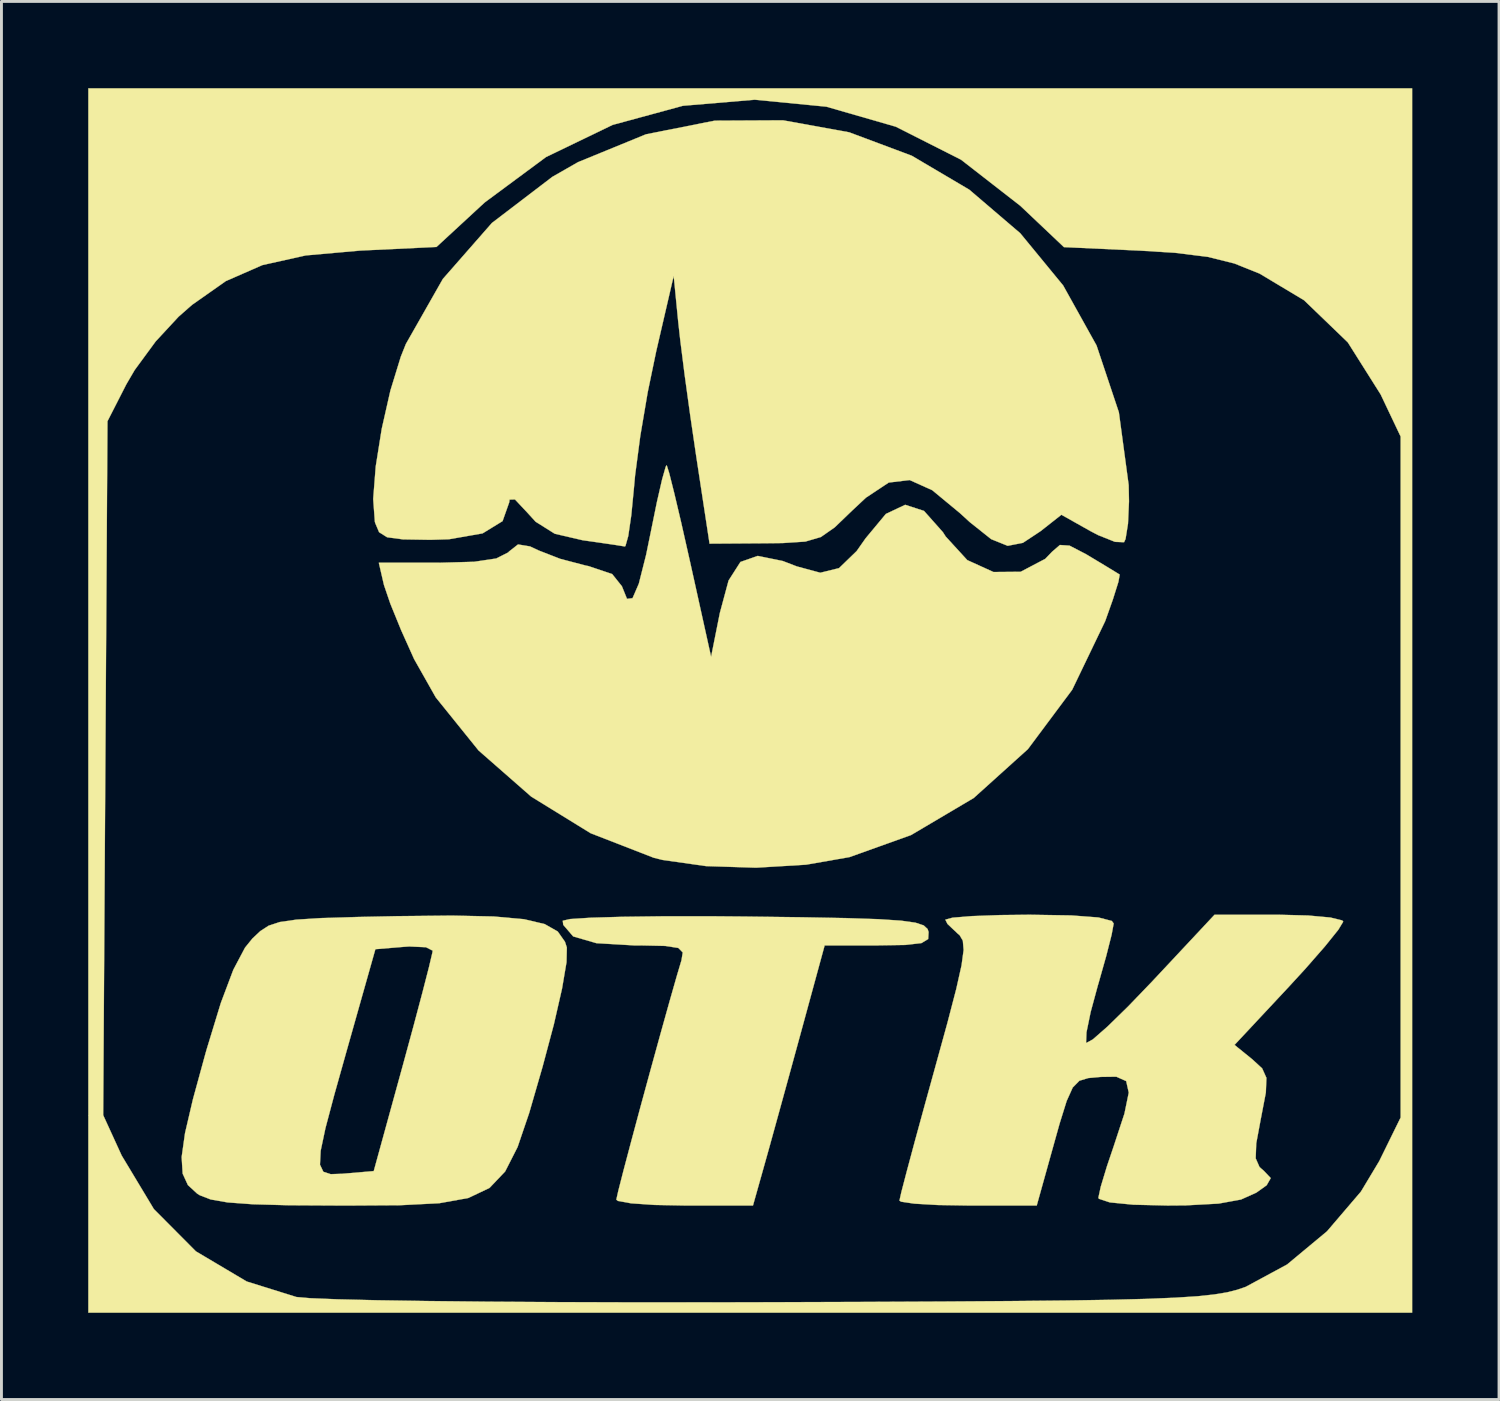
<source format=kicad_pcb>
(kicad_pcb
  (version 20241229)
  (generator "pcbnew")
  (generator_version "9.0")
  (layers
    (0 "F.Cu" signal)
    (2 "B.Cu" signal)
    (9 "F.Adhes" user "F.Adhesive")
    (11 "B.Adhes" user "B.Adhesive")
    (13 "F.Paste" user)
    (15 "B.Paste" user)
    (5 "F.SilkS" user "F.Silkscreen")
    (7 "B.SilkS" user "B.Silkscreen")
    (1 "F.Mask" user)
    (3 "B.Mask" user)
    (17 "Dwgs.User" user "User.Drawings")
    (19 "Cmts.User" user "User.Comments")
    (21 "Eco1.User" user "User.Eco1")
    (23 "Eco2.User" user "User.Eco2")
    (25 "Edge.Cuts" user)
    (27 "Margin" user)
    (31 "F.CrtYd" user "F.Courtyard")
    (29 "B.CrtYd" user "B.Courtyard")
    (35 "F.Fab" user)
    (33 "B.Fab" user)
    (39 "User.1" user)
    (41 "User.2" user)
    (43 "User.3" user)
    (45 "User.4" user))
  (footprint "Logo"
    (layer "F.Cu")
    (at 22.759 21.172)
    (property "Reference" "Logo" (at 0 0 0) (layer "F.SilkS") (effects (font (size 1.524 1.524) (thickness 0.3))))
    (attr through_hole)
    (fp_poly (pts (xy -0.07 7.47) (xy 1.921 7.495) (xy 3.445 7.524) (xy 4.565 7.561) (xy 5.344 7.612) (xy 5.845 7.682) (xy 6.131 7.777) (xy 6.265 7.901) (xy 6.3 8.004) (xy 6.285 8.248) (xy 6.052 8.388) (xy 5.498 8.452) (xy 4.547 8.467) (xy 2.706 8.467) (xy 1.858 11.576) (xy 1.483 12.945) (xy 1.117 14.275) (xy 0.806 15.402) (xy 0.618 16.073) (xy 0.227 17.462) (xy -2.135 17.462) (xy -3.18 17.442) (xy -3.988 17.386) (xy -4.441 17.304) (xy -4.498 17.26) (xy -4.431 16.96) (xy -4.251 16.256) (xy -3.986 15.255) (xy -3.666 14.063) (xy -3.318 12.786) (xy -2.972 11.53) (xy -2.657 10.403) (xy -2.402 9.509) (xy -2.245 8.982) (xy -2.201 8.711) (xy -2.354 8.556) (xy -2.808 8.486) (xy -3.666 8.467) (xy -3.898 8.467) (xy -5.186 8.391) (xy -5.99 8.157) (xy -6.333 7.757) (xy -6.35 7.615) (xy -6.098 7.557) (xy -5.389 7.511) (xy -4.296 7.479) (xy -2.893 7.461) (xy -1.251 7.46) (xy -0.07 7.47)) (stroke (width 0.01) (type solid)) (fill yes) (layer "F.SilkS"))
    (fp_poly (pts (xy -8.74 7.468) (xy -7.691 7.562) (xy -6.974 7.731) (xy -6.523 7.988) (xy -6.273 8.343) (xy -6.209 8.541) (xy -6.22 9.047) (xy -6.375 9.962) (xy -6.656 11.192) (xy -7.043 12.644) (xy -7.061 12.708) (xy -7.512 14.266) (xy -7.912 15.44) (xy -8.342 16.285) (xy -8.883 16.854) (xy -9.616 17.202) (xy -10.621 17.383) (xy -11.98 17.452) (xy -13.772 17.463) (xy -14.135 17.462) (xy -15.824 17.453) (xy -17.065 17.419) (xy -17.938 17.355) (xy -18.524 17.253) (xy -18.903 17.106) (xy -18.991 17.051) (xy -19.312 16.755) (xy -19.493 16.36) (xy -19.512 16.049) (xy -14.745 16.049) (xy -14.628 16.296) (xy -14.373 16.378) (xy -13.979 16.365) (xy -13.852 16.354) (xy -12.886 16.272) (xy -11.867 12.568) (xy -11.505 11.237) (xy -11.2 10.089) (xy -10.976 9.218) (xy -10.859 8.721) (xy -10.848 8.649) (xy -11.08 8.531) (xy -11.656 8.505) (xy -11.838 8.517) (xy -12.829 8.599) (xy -13.802 12.039) (xy -14.25 13.633) (xy -14.556 14.787) (xy -14.721 15.569) (xy -14.745 16.049) (xy -19.512 16.049) (xy -19.528 15.787) (xy -19.411 14.957) (xy -19.138 13.789) (xy -18.704 12.205) (xy -18.664 12.064) (xy -18.174 10.46) (xy -17.741 9.31) (xy -17.337 8.546) (xy -17.08 8.228) (xy -16.807 7.972) (xy -16.522 7.787) (xy -16.136 7.66) (xy -15.56 7.577) (xy -14.706 7.523) (xy -13.487 7.486) (xy -12.095 7.457) (xy -10.186 7.437) (xy -8.74 7.468)) (stroke (width 0.01) (type solid)) (fill yes) (layer "F.SilkS"))
    (fp_poly (pts (xy 23.019 21.167) (xy -22.754 21.167) (xy -22.754 14.338) (xy -22.241 14.338) (xy -21.602 15.734) (xy -20.488 17.586) (xy -19.035 19.047) (xy -17.279 20.089) (xy -15.559 20.626) (xy -15.088 20.667) (xy -14.139 20.705) (xy -12.764 20.738) (xy -11.014 20.765) (xy -8.942 20.787) (xy -6.597 20.802) (xy -4.032 20.81) (xy -1.299 20.811) (xy 0.794 20.806) (xy 4.038 20.795) (xy 6.798 20.782) (xy 9.115 20.766) (xy 11.033 20.747) (xy 12.597 20.722) (xy 13.849 20.69) (xy 14.834 20.649) (xy 15.595 20.6) (xy 16.174 20.538) (xy 16.617 20.465) (xy 16.966 20.377) (xy 17.263 20.276) (xy 18.695 19.502) (xy 20.076 18.354) (xy 21.25 16.98) (xy 21.881 15.929) (xy 22.622 14.42) (xy 22.622 -9.128) (xy 21.931 -10.583) (xy 20.795 -12.384) (xy 19.283 -13.84) (xy 17.742 -14.763) (xy 16.872 -15.112) (xy 15.955 -15.34) (xy 14.819 -15.481) (xy 13.641 -15.554) (xy 10.98 -15.677) (xy 9.471 -17.106) (xy 7.423 -18.699) (xy 5.166 -19.841) (xy 2.765 -20.533) (xy 0.288 -20.774) (xy -2.197 -20.564) (xy -4.625 -19.904) (xy -6.927 -18.793) (xy -9.036 -17.232) (xy -9.185 -17.097) (xy -10.716 -15.683) (xy -13.361 -15.557) (xy -15.236 -15.39) (xy -16.736 -15.056) (xy -18 -14.503) (xy -19.17 -13.68) (xy -19.636 -13.27) (xy -20.426 -12.417) (xy -21.152 -11.428) (xy -21.442 -10.932) (xy -22.093 -9.657) (xy -22.167 2.34) (xy -22.241 14.338) (xy -22.754 14.338) (xy -22.754 -21.167) (xy 23.019 -21.167) (xy 23.019 21.167)) (stroke (width 0.01) (type solid)) (fill yes) (layer "F.SilkS"))
    (fp_poly (pts (xy -2.668 -7.858) (xy -2.494 -7.166) (xy -2.256 -6.158) (xy -1.98 -4.935) (xy -1.945 -4.78) (xy -1.221 -1.511) (xy -0.918 -3.028) (xy -0.616 -4.15) (xy -0.206 -4.791) (xy 0.392 -5) (xy 1.257 -4.824) (xy 1.743 -4.637) (xy 2.555 -4.418) (xy 3.202 -4.577) (xy 3.812 -5.167) (xy 4.123 -5.61) (xy 4.823 -6.452) (xy 5.49 -6.767) (xy 6.141 -6.556) (xy 6.795 -5.82) (xy 6.891 -5.67) (xy 7.637 -4.855) (xy 8.543 -4.443) (xy 9.483 -4.451) (xy 10.333 -4.898) (xy 10.572 -5.146) (xy 10.84 -5.377) (xy 11.174 -5.355) (xy 11.746 -5.058) (xy 11.873 -4.982) (xy 12.481 -4.616) (xy 12.859 -4.385) (xy 12.908 -4.354) (xy 12.863 -4.101) (xy 12.671 -3.491) (xy 12.407 -2.747) (xy 11.265 -0.372) (xy 9.734 1.681) (xy 7.861 3.37) (xy 5.692 4.653) (xy 3.563 5.415) (xy 2.064 5.677) (xy 0.336 5.781) (xy -1.396 5.726) (xy -2.903 5.512) (xy -3.205 5.437) (xy -5.386 4.589) (xy -7.441 3.323) (xy -9.261 1.728) (xy -10.741 -0.108) (xy -11.489 -1.431) (xy -11.94 -2.435) (xy -12.311 -3.345) (xy -12.529 -3.983) (xy -12.542 -4.035) (xy -12.71 -4.763) (xy -10.621 -4.763) (xy -9.415 -4.797) (xy -8.649 -4.911) (xy -8.24 -5.118) (xy -8.208 -5.152) (xy -7.897 -5.396) (xy -7.482 -5.328) (xy -7.183 -5.188) (xy -6.437 -4.898) (xy -5.55 -4.665) (xy -5.461 -4.648) (xy -4.642 -4.373) (xy -4.305 -3.951) (xy -4.129 -3.515) (xy -3.937 -3.538) (xy -3.72 -4.039) (xy -3.468 -5.036) (xy -3.305 -5.83) (xy -3.095 -6.861) (xy -2.914 -7.649) (xy -2.79 -8.084) (xy -2.755 -8.135) (xy -2.668 -7.858)) (stroke (width 0.01) (type solid)) (fill yes) (layer "F.SilkS"))
    (fp_poly (pts (xy 3.554 -19.647) (xy 5.718 -18.837) (xy 7.707 -17.663) (xy 9.469 -16.157) (xy 10.953 -14.351) (xy 12.107 -12.277) (xy 12.879 -9.966) (xy 13.218 -7.45) (xy 13.229 -6.887) (xy 13.195 -6.116) (xy 13.11 -5.585) (xy 13.058 -5.473) (xy 12.745 -5.486) (xy 12.161 -5.719) (xy 11.889 -5.862) (xy 10.892 -6.423) (xy 10.173 -5.857) (xy 9.561 -5.452) (xy 9.034 -5.349) (xy 8.464 -5.579) (xy 7.723 -6.169) (xy 7.381 -6.482) (xy 6.426 -7.272) (xy 5.645 -7.623) (xy 4.921 -7.536) (xy 4.135 -7.015) (xy 3.651 -6.562) (xy 3.052 -5.986) (xy 2.575 -5.653) (xy 2.036 -5.495) (xy 1.253 -5.444) (xy 0.633 -5.437) (xy -1.274 -5.424) (xy -1.738 -8.467) (xy -1.944 -9.871) (xy -2.136 -11.264) (xy -2.287 -12.459) (xy -2.358 -13.097) (xy -2.514 -14.684) (xy -3.119 -12.075) (xy -3.413 -10.659) (xy -3.67 -9.143) (xy -3.849 -7.785) (xy -3.886 -7.379) (xy -3.98 -6.41) (xy -4.085 -5.69) (xy -4.183 -5.341) (xy -4.206 -5.327) (xy -4.541 -5.381) (xy -5.215 -5.479) (xy -5.661 -5.542) (xy -6.626 -5.766) (xy -7.288 -6.182) (xy -7.577 -6.499) (xy -8.003 -6.953) (xy -8.19 -6.947) (xy -8.201 -6.854) (xy -8.431 -6.203) (xy -9.122 -5.779) (xy -10.283 -5.576) (xy -10.93 -5.556) (xy -11.877 -5.572) (xy -12.424 -5.645) (xy -12.701 -5.82) (xy -12.835 -6.137) (xy -12.847 -6.18) (xy -12.905 -6.968) (xy -12.817 -8.093) (xy -12.609 -9.397) (xy -12.31 -10.717) (xy -11.949 -11.892) (xy -11.774 -12.329) (xy -10.496 -14.577) (xy -8.799 -16.513) (xy -6.712 -18.106) (xy -5.821 -18.616) (xy -3.473 -19.578) (xy -1.093 -20.05) (xy 1.266 -20.062) (xy 3.554 -19.647)) (stroke (width 0.01) (type solid)) (fill yes) (layer "F.SilkS"))
    (fp_poly (pts (xy 19.423 7.434) (xy 20.193 7.504) (xy 20.602 7.604) (xy 20.637 7.646) (xy 20.467 7.927) (xy 20.007 8.499) (xy 19.334 9.269) (xy 18.758 9.897) (xy 16.878 11.909) (xy 17.495 12.409) (xy 17.834 12.721) (xy 17.981 13.048) (xy 17.961 13.558) (xy 17.797 14.415) (xy 17.793 14.433) (xy 17.629 15.314) (xy 17.61 15.831) (xy 17.742 16.131) (xy 17.893 16.264) (xy 18.131 16.514) (xy 17.989 16.762) (xy 17.632 17.017) (xy 17.102 17.255) (xy 16.327 17.396) (xy 15.191 17.457) (xy 14.561 17.462) (xy 13.38 17.434) (xy 12.565 17.354) (xy 12.188 17.229) (xy 12.171 17.191) (xy 12.253 16.811) (xy 12.467 16.104) (xy 12.7 15.415) (xy 13.072 14.283) (xy 13.221 13.559) (xy 13.132 13.16) (xy 12.791 13.008) (xy 12.257 13.015) (xy 11.821 13.055) (xy 11.515 13.147) (xy 11.284 13.381) (xy 11.074 13.847) (xy 10.828 14.635) (xy 10.493 15.833) (xy 10.463 15.941) (xy 10.039 17.462) (xy 7.666 17.462) (xy 6.619 17.445) (xy 5.808 17.398) (xy 5.351 17.33) (xy 5.292 17.293) (xy 5.359 16.994) (xy 5.547 16.273) (xy 5.831 15.215) (xy 6.189 13.907) (xy 6.51 12.746) (xy 6.952 11.142) (xy 7.257 9.971) (xy 7.439 9.158) (xy 7.511 8.628) (xy 7.484 8.305) (xy 7.373 8.115) (xy 7.304 8.058) (xy 6.953 7.726) (xy 6.879 7.578) (xy 7.126 7.51) (xy 7.795 7.455) (xy 8.78 7.419) (xy 9.79 7.408) (xy 11.23 7.431) (xy 12.171 7.502) (xy 12.636 7.623) (xy 12.7 7.711) (xy 12.628 8.1) (xy 12.44 8.84) (xy 12.175 9.777) (xy 12.152 9.853) (xy 11.904 10.769) (xy 11.759 11.474) (xy 11.745 11.829) (xy 11.753 11.841) (xy 11.979 11.718) (xy 12.487 11.273) (xy 13.199 10.578) (xy 14.043 9.701) (xy 14.044 9.699) (xy 16.187 7.408) (xy 18.412 7.408) (xy 19.423 7.434)) (stroke (width 0.01) (type solid)) (fill yes) (layer "F.SilkS")))
  (gr_rect
    (start -3 -3)
    (end 48.783 45.343)
    (stroke (width 0.1) (type default))
    (fill no)
    (layer "Edge.Cuts")))
</source>
